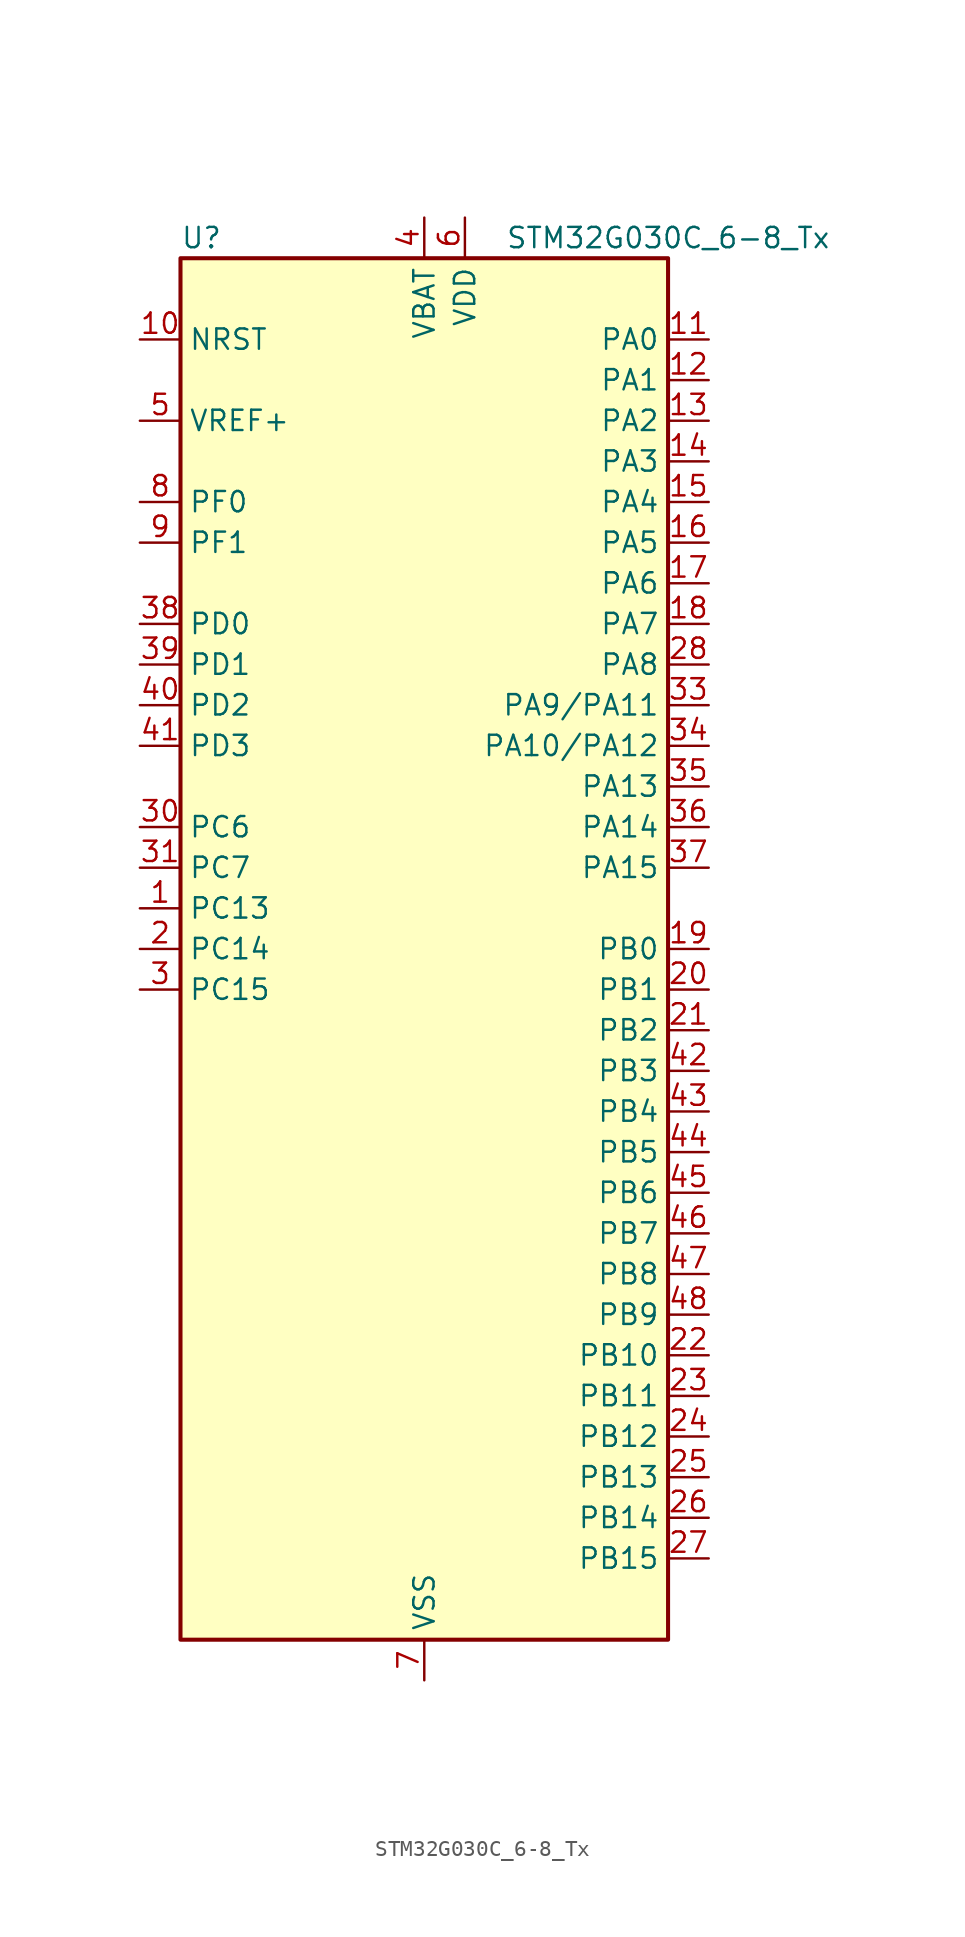
<source format=kicad_sym>
(kicad_symbol_lib
  (version 20241209)
  (generator "kicad_symbol_editor")
  (generator_version "9.0")
  (symbol "STM32G030C_6-8_Tx"
    (property "Reference" "U"
      (at -15.24 44.45 0)
      (effects (font (size 1.27 1.27)) (justify left)))
    (property "Value" "STM32G030C_6-8_Tx"
      (at 5.08 44.45 0)
      (effects (font (size 1.27 1.27)) (justify left)))
    (symbol "STM32G030C_6-8_Tx_0_1"
      (rectangle (start -15.24 -43.18) (end 15.24 43.18) (stroke (width 0.254) (type default)) (fill (type background))))
    (symbol "STM32G030C_6-8_Tx_1_1"
      (pin input line (at -17.78 38.1 0) (length 2.54) (name "NRST" (effects (font (size 1.27 1.27)))) (number "10" (effects (font (size 1.27 1.27)))))
      (pin input line (at -17.78 33.02 0) (length 2.54) (name "VREF+" (effects (font (size 1.27 1.27)))) (number "5" (effects (font (size 1.27 1.27)))) (alternate "VREFBUF_OUT" bidirectional line))
      (pin bidirectional line (at -17.78 27.94 0) (length 2.54) (name "PF0" (effects (font (size 1.27 1.27)))) (number "8" (effects (font (size 1.27 1.27)))) (alternate "RCC_OSC_IN" bidirectional line) (alternate "TIM14_CH1" bidirectional line))
      (pin bidirectional line (at -17.78 25.4 0) (length 2.54) (name "PF1" (effects (font (size 1.27 1.27)))) (number "9" (effects (font (size 1.27 1.27)))) (alternate "RCC_OSC_EN" bidirectional line) (alternate "RCC_OSC_OUT" bidirectional line))
      (pin bidirectional line (at -17.78 20.32 0) (length 2.54) (name "PD0" (effects (font (size 1.27 1.27)))) (number "38" (effects (font (size 1.27 1.27)))) (alternate "SPI2_NSS" bidirectional line) (alternate "TIM16_CH1" bidirectional line))
      (pin bidirectional line (at -17.78 17.78 0) (length 2.54) (name "PD1" (effects (font (size 1.27 1.27)))) (number "39" (effects (font (size 1.27 1.27)))) (alternate "SPI2_SCK" bidirectional line) (alternate "TIM17_CH1" bidirectional line))
      (pin bidirectional line (at -17.78 15.24 0) (length 2.54) (name "PD2" (effects (font (size 1.27 1.27)))) (number "40" (effects (font (size 1.27 1.27)))) (alternate "TIM1_CH1N" bidirectional line) (alternate "TIM3_ETR" bidirectional line))
      (pin bidirectional line (at -17.78 12.7 0) (length 2.54) (name "PD3" (effects (font (size 1.27 1.27)))) (number "41" (effects (font (size 1.27 1.27)))) (alternate "SPI2_MISO" bidirectional line) (alternate "TIM1_CH2N" bidirectional line) (alternate "USART2_CTS" bidirectional line) (alternate "USART2_NSS" bidirectional line))
      (pin bidirectional line (at -17.78 7.62 0) (length 2.54) (name "PC6" (effects (font (size 1.27 1.27)))) (number "30" (effects (font (size 1.27 1.27)))) (alternate "TIM3_CH1" bidirectional line))
      (pin bidirectional line (at -17.78 5.08 0) (length 2.54) (name "PC7" (effects (font (size 1.27 1.27)))) (number "31" (effects (font (size 1.27 1.27)))) (alternate "TIM3_CH2" bidirectional line))
      (pin bidirectional line (at -17.78 2.54 0) (length 2.54) (name "PC13" (effects (font (size 1.27 1.27)))) (number "1" (effects (font (size 1.27 1.27)))) (alternate "RTC_OUT_ALARM" bidirectional line) (alternate "RTC_OUT_CALIB" bidirectional line) (alternate "RTC_TAMP_IN1" bidirectional line) (alternate "RTC_TS" bidirectional line) (alternate "SYS_WKUP2" bidirectional line) (alternate "TIM1_BK" bidirectional line))
      (pin bidirectional line (at -17.78 0 0) (length 2.54) (name "PC14" (effects (font (size 1.27 1.27)))) (number "2" (effects (font (size 1.27 1.27)))) (alternate "RCC_OSC32_IN" bidirectional line) (alternate "TIM1_BK2" bidirectional line))
      (pin bidirectional line (at -17.78 -2.54 0) (length 2.54) (name "PC15" (effects (font (size 1.27 1.27)))) (number "3" (effects (font (size 1.27 1.27)))) (alternate "RCC_OSC32_EN" bidirectional line) (alternate "RCC_OSC32_OUT" bidirectional line) (alternate "RCC_OSC_EN" bidirectional line))
      (pin no_connect line (at -15.24 -40.64 0) (length 2.54) (hide yes) (name "NC/PA10" (effects (font (size 1.27 1.27)))) (number "32" (effects (font (size 1.27 1.27)))) (alternate "I2C1_SDA (PA10)" bidirectional line) (alternate "NC" bidirectional line) (alternate "PA10" bidirectional line) (alternate "SPI2_MOSI (PA10)" bidirectional line) (alternate "TIM17_BK (PA10)" bidirectional line) (alternate "TIM1_CH3 (PA10)" bidirectional line) (alternate "USART1_RX (PA10)" bidirectional line))
      (pin no_connect line (at -15.24 -43.18 0) (length 2.54) (hide yes) (name "NC/PA9" (effects (font (size 1.27 1.27)))) (number "29" (effects (font (size 1.27 1.27)))) (alternate "I2C1_SCL (PA9)" bidirectional line) (alternate "NC" bidirectional line) (alternate "PA9" bidirectional line) (alternate "RCC_MCO (PA9)" bidirectional line) (alternate "SPI2_MISO (PA9)" bidirectional line) (alternate "TIM1_CH2 (PA9)" bidirectional line) (alternate "USART1_TX (PA9)" bidirectional line))
      (pin power_in line (at 0 45.72 270) (length 2.54) (name "VBAT" (effects (font (size 1.27 1.27)))) (number "4" (effects (font (size 1.27 1.27)))))
      (pin power_in line (at 0 -45.72 90) (length 2.54) (name "VSS" (effects (font (size 1.27 1.27)))) (number "7" (effects (font (size 1.27 1.27)))))
      (pin power_in line (at 2.54 45.72 270) (length 2.54) (name "VDD" (effects (font (size 1.27 1.27)))) (number "6" (effects (font (size 1.27 1.27)))))
      (pin bidirectional line (at 17.78 38.1 180) (length 2.54) (name "PA0" (effects (font (size 1.27 1.27)))) (number "11" (effects (font (size 1.27 1.27)))) (alternate "ADC1_IN0" bidirectional line) (alternate "RTC_TAMP_IN2" bidirectional line) (alternate "SPI2_SCK" bidirectional line) (alternate "SYS_WKUP1" bidirectional line) (alternate "USART2_CTS" bidirectional line) (alternate "USART2_NSS" bidirectional line))
      (pin bidirectional line (at 17.78 35.56 180) (length 2.54) (name "PA1" (effects (font (size 1.27 1.27)))) (number "12" (effects (font (size 1.27 1.27)))) (alternate "ADC1_IN1" bidirectional line) (alternate "I2C1_SMBA" bidirectional line) (alternate "I2S1_CK" bidirectional line) (alternate "SPI1_SCK" bidirectional line) (alternate "USART2_CK" bidirectional line) (alternate "USART2_DE" bidirectional line) (alternate "USART2_RTS" bidirectional line))
      (pin bidirectional line (at 17.78 33.02 180) (length 2.54) (name "PA2" (effects (font (size 1.27 1.27)))) (number "13" (effects (font (size 1.27 1.27)))) (alternate "ADC1_IN2" bidirectional line) (alternate "I2S1_SD" bidirectional line) (alternate "RCC_LSCO" bidirectional line) (alternate "SPI1_MOSI" bidirectional line) (alternate "SYS_WKUP4" bidirectional line) (alternate "USART2_TX" bidirectional line))
      (pin bidirectional line (at 17.78 30.48 180) (length 2.54) (name "PA3" (effects (font (size 1.27 1.27)))) (number "14" (effects (font (size 1.27 1.27)))) (alternate "ADC1_IN3" bidirectional line) (alternate "SPI2_MISO" bidirectional line) (alternate "USART2_RX" bidirectional line))
      (pin bidirectional line (at 17.78 27.94 180) (length 2.54) (name "PA4" (effects (font (size 1.27 1.27)))) (number "15" (effects (font (size 1.27 1.27)))) (alternate "ADC1_IN4" bidirectional line) (alternate "I2S1_WS" bidirectional line) (alternate "RTC_OUT_ALARM" bidirectional line) (alternate "RTC_OUT_CALIB" bidirectional line) (alternate "SPI1_NSS" bidirectional line) (alternate "SPI2_MOSI" bidirectional line) (alternate "TIM14_CH1" bidirectional line))
      (pin bidirectional line (at 17.78 25.4 180) (length 2.54) (name "PA5" (effects (font (size 1.27 1.27)))) (number "16" (effects (font (size 1.27 1.27)))) (alternate "ADC1_IN5" bidirectional line) (alternate "I2S1_CK" bidirectional line) (alternate "SPI1_SCK" bidirectional line))
      (pin bidirectional line (at 17.78 22.86 180) (length 2.54) (name "PA6" (effects (font (size 1.27 1.27)))) (number "17" (effects (font (size 1.27 1.27)))) (alternate "ADC1_IN6" bidirectional line) (alternate "I2S1_MCK" bidirectional line) (alternate "SPI1_MISO" bidirectional line) (alternate "TIM16_CH1" bidirectional line) (alternate "TIM1_BK" bidirectional line) (alternate "TIM3_CH1" bidirectional line))
      (pin bidirectional line (at 17.78 20.32 180) (length 2.54) (name "PA7" (effects (font (size 1.27 1.27)))) (number "18" (effects (font (size 1.27 1.27)))) (alternate "ADC1_IN7" bidirectional line) (alternate "I2S1_SD" bidirectional line) (alternate "SPI1_MOSI" bidirectional line) (alternate "TIM14_CH1" bidirectional line) (alternate "TIM17_CH1" bidirectional line) (alternate "TIM1_CH1N" bidirectional line) (alternate "TIM3_CH2" bidirectional line))
      (pin bidirectional line (at 17.78 17.78 180) (length 2.54) (name "PA8" (effects (font (size 1.27 1.27)))) (number "28" (effects (font (size 1.27 1.27)))) (alternate "RCC_MCO" bidirectional line) (alternate "SPI2_NSS" bidirectional line) (alternate "TIM1_CH1" bidirectional line))
      (pin bidirectional line (at 17.78 15.24 180) (length 2.54) (name "PA9/PA11" (effects (font (size 1.27 1.27)))) (number "33" (effects (font (size 1.27 1.27)))) (alternate "ADC1_EXTI11 (PA11)" bidirectional line) (alternate "I2C1_SCL (PA9)" bidirectional line) (alternate "I2C2_SCL (PA11)" bidirectional line) (alternate "I2S1_MCK (PA11)" bidirectional line) (alternate "PA11" bidirectional line) (alternate "PA9" bidirectional line) (alternate "RCC_MCO (PA9)" bidirectional line) (alternate "SPI1_MISO (PA11)" bidirectional line) (alternate "SPI2_MISO (PA9)" bidirectional line) (alternate "TIM1_BK2 (PA11)" bidirectional line) (alternate "TIM1_CH2 (PA9)" bidirectional line) (alternate "TIM1_CH4 (PA11)" bidirectional line) (alternate "USART1_CTS (PA11)" bidirectional line) (alternate "USART1_NSS (PA11)" bidirectional line) (alternate "USART1_TX (PA9)" bidirectional line))
      (pin bidirectional line (at 17.78 12.7 180) (length 2.54) (name "PA10/PA12" (effects (font (size 1.27 1.27)))) (number "34" (effects (font (size 1.27 1.27)))) (alternate "I2C1_SDA (PA10)" bidirectional line) (alternate "I2C2_SDA (PA12)" bidirectional line) (alternate "I2S1_SD (PA12)" bidirectional line) (alternate "I2S_CKIN (PA12)" bidirectional line) (alternate "PA10" bidirectional line) (alternate "PA12" bidirectional line) (alternate "SPI1_MOSI (PA12)" bidirectional line) (alternate "SPI2_MOSI (PA10)" bidirectional line) (alternate "TIM17_BK (PA10)" bidirectional line) (alternate "TIM1_CH3 (PA10)" bidirectional line) (alternate "TIM1_ETR (PA12)" bidirectional line) (alternate "USART1_CK (PA12)" bidirectional line) (alternate "USART1_DE (PA12)" bidirectional line) (alternate "USART1_RTS (PA12)" bidirectional line) (alternate "USART1_RX (PA10)" bidirectional line))
      (pin bidirectional line (at 17.78 10.16 180) (length 2.54) (name "PA13" (effects (font (size 1.27 1.27)))) (number "35" (effects (font (size 1.27 1.27)))) (alternate "ADC1_IN17" bidirectional line) (alternate "IR_OUT" bidirectional line) (alternate "SYS_SWDIO" bidirectional line))
      (pin bidirectional line (at 17.78 7.62 180) (length 2.54) (name "PA14" (effects (font (size 1.27 1.27)))) (number "36" (effects (font (size 1.27 1.27)))) (alternate "ADC1_IN18" bidirectional line) (alternate "SYS_SWCLK" bidirectional line) (alternate "USART2_TX" bidirectional line))
      (pin bidirectional line (at 17.78 5.08 180) (length 2.54) (name "PA15" (effects (font (size 1.27 1.27)))) (number "37" (effects (font (size 1.27 1.27)))) (alternate "I2S1_WS" bidirectional line) (alternate "SPI1_NSS" bidirectional line) (alternate "USART2_RX" bidirectional line))
      (pin bidirectional line (at 17.78 0 180) (length 2.54) (name "PB0" (effects (font (size 1.27 1.27)))) (number "19" (effects (font (size 1.27 1.27)))) (alternate "ADC1_IN8" bidirectional line) (alternate "I2S1_WS" bidirectional line) (alternate "SPI1_NSS" bidirectional line) (alternate "TIM1_CH2N" bidirectional line) (alternate "TIM3_CH3" bidirectional line))
      (pin bidirectional line (at 17.78 -2.54 180) (length 2.54) (name "PB1" (effects (font (size 1.27 1.27)))) (number "20" (effects (font (size 1.27 1.27)))) (alternate "ADC1_IN9" bidirectional line) (alternate "TIM14_CH1" bidirectional line) (alternate "TIM1_CH3N" bidirectional line) (alternate "TIM3_CH4" bidirectional line))
      (pin bidirectional line (at 17.78 -5.08 180) (length 2.54) (name "PB2" (effects (font (size 1.27 1.27)))) (number "21" (effects (font (size 1.27 1.27)))) (alternate "ADC1_IN10" bidirectional line) (alternate "SPI2_MISO" bidirectional line))
      (pin bidirectional line (at 17.78 -7.62 180) (length 2.54) (name "PB3" (effects (font (size 1.27 1.27)))) (number "42" (effects (font (size 1.27 1.27)))) (alternate "I2S1_CK" bidirectional line) (alternate "SPI1_SCK" bidirectional line) (alternate "TIM1_CH2" bidirectional line) (alternate "USART1_CK" bidirectional line) (alternate "USART1_DE" bidirectional line) (alternate "USART1_RTS" bidirectional line))
      (pin bidirectional line (at 17.78 -10.16 180) (length 2.54) (name "PB4" (effects (font (size 1.27 1.27)))) (number "43" (effects (font (size 1.27 1.27)))) (alternate "I2S1_MCK" bidirectional line) (alternate "SPI1_MISO" bidirectional line) (alternate "TIM17_BK" bidirectional line) (alternate "TIM3_CH1" bidirectional line) (alternate "USART1_CTS" bidirectional line) (alternate "USART1_NSS" bidirectional line))
      (pin bidirectional line (at 17.78 -12.7 180) (length 2.54) (name "PB5" (effects (font (size 1.27 1.27)))) (number "44" (effects (font (size 1.27 1.27)))) (alternate "I2C1_SMBA" bidirectional line) (alternate "I2S1_SD" bidirectional line) (alternate "SPI1_MOSI" bidirectional line) (alternate "SYS_WKUP6" bidirectional line) (alternate "TIM16_BK" bidirectional line) (alternate "TIM3_CH2" bidirectional line))
      (pin bidirectional line (at 17.78 -15.24 180) (length 2.54) (name "PB6" (effects (font (size 1.27 1.27)))) (number "45" (effects (font (size 1.27 1.27)))) (alternate "I2C1_SCL" bidirectional line) (alternate "SPI2_MISO" bidirectional line) (alternate "TIM16_CH1N" bidirectional line) (alternate "TIM1_CH3" bidirectional line) (alternate "USART1_TX" bidirectional line))
      (pin bidirectional line (at 17.78 -17.78 180) (length 2.54) (name "PB7" (effects (font (size 1.27 1.27)))) (number "46" (effects (font (size 1.27 1.27)))) (alternate "I2C1_SDA" bidirectional line) (alternate "SPI2_MOSI" bidirectional line) (alternate "SYS_PVD_IN" bidirectional line) (alternate "TIM17_CH1N" bidirectional line) (alternate "USART1_RX" bidirectional line))
      (pin bidirectional line (at 17.78 -20.32 180) (length 2.54) (name "PB8" (effects (font (size 1.27 1.27)))) (number "47" (effects (font (size 1.27 1.27)))) (alternate "I2C1_SCL" bidirectional line) (alternate "SPI2_SCK" bidirectional line) (alternate "TIM16_CH1" bidirectional line))
      (pin bidirectional line (at 17.78 -22.86 180) (length 2.54) (name "PB9" (effects (font (size 1.27 1.27)))) (number "48" (effects (font (size 1.27 1.27)))) (alternate "I2C1_SDA" bidirectional line) (alternate "IR_OUT" bidirectional line) (alternate "SPI2_NSS" bidirectional line) (alternate "TIM17_CH1" bidirectional line))
      (pin bidirectional line (at 17.78 -25.4 180) (length 2.54) (name "PB10" (effects (font (size 1.27 1.27)))) (number "22" (effects (font (size 1.27 1.27)))) (alternate "ADC1_IN11" bidirectional line) (alternate "I2C2_SCL" bidirectional line) (alternate "SPI2_SCK" bidirectional line))
      (pin bidirectional line (at 17.78 -27.94 180) (length 2.54) (name "PB11" (effects (font (size 1.27 1.27)))) (number "23" (effects (font (size 1.27 1.27)))) (alternate "ADC1_EXTI11" bidirectional line) (alternate "ADC1_IN15" bidirectional line) (alternate "I2C2_SDA" bidirectional line) (alternate "SPI2_MOSI" bidirectional line))
      (pin bidirectional line (at 17.78 -30.48 180) (length 2.54) (name "PB12" (effects (font (size 1.27 1.27)))) (number "24" (effects (font (size 1.27 1.27)))) (alternate "ADC1_IN16" bidirectional line) (alternate "SPI2_NSS" bidirectional line) (alternate "TIM1_BK" bidirectional line))
      (pin bidirectional line (at 17.78 -33.02 180) (length 2.54) (name "PB13" (effects (font (size 1.27 1.27)))) (number "25" (effects (font (size 1.27 1.27)))) (alternate "I2C2_SCL" bidirectional line) (alternate "SPI2_SCK" bidirectional line) (alternate "TIM1_CH1N" bidirectional line))
      (pin bidirectional line (at 17.78 -35.56 180) (length 2.54) (name "PB14" (effects (font (size 1.27 1.27)))) (number "26" (effects (font (size 1.27 1.27)))) (alternate "I2C2_SDA" bidirectional line) (alternate "SPI2_MISO" bidirectional line) (alternate "TIM1_CH2N" bidirectional line))
      (pin bidirectional line (at 17.78 -38.1 180) (length 2.54) (name "PB15" (effects (font (size 1.27 1.27)))) (number "27" (effects (font (size 1.27 1.27)))) (alternate "RTC_REFIN" bidirectional line) (alternate "SPI2_MOSI" bidirectional line) (alternate "TIM1_CH3N" bidirectional line)))))
</source>
